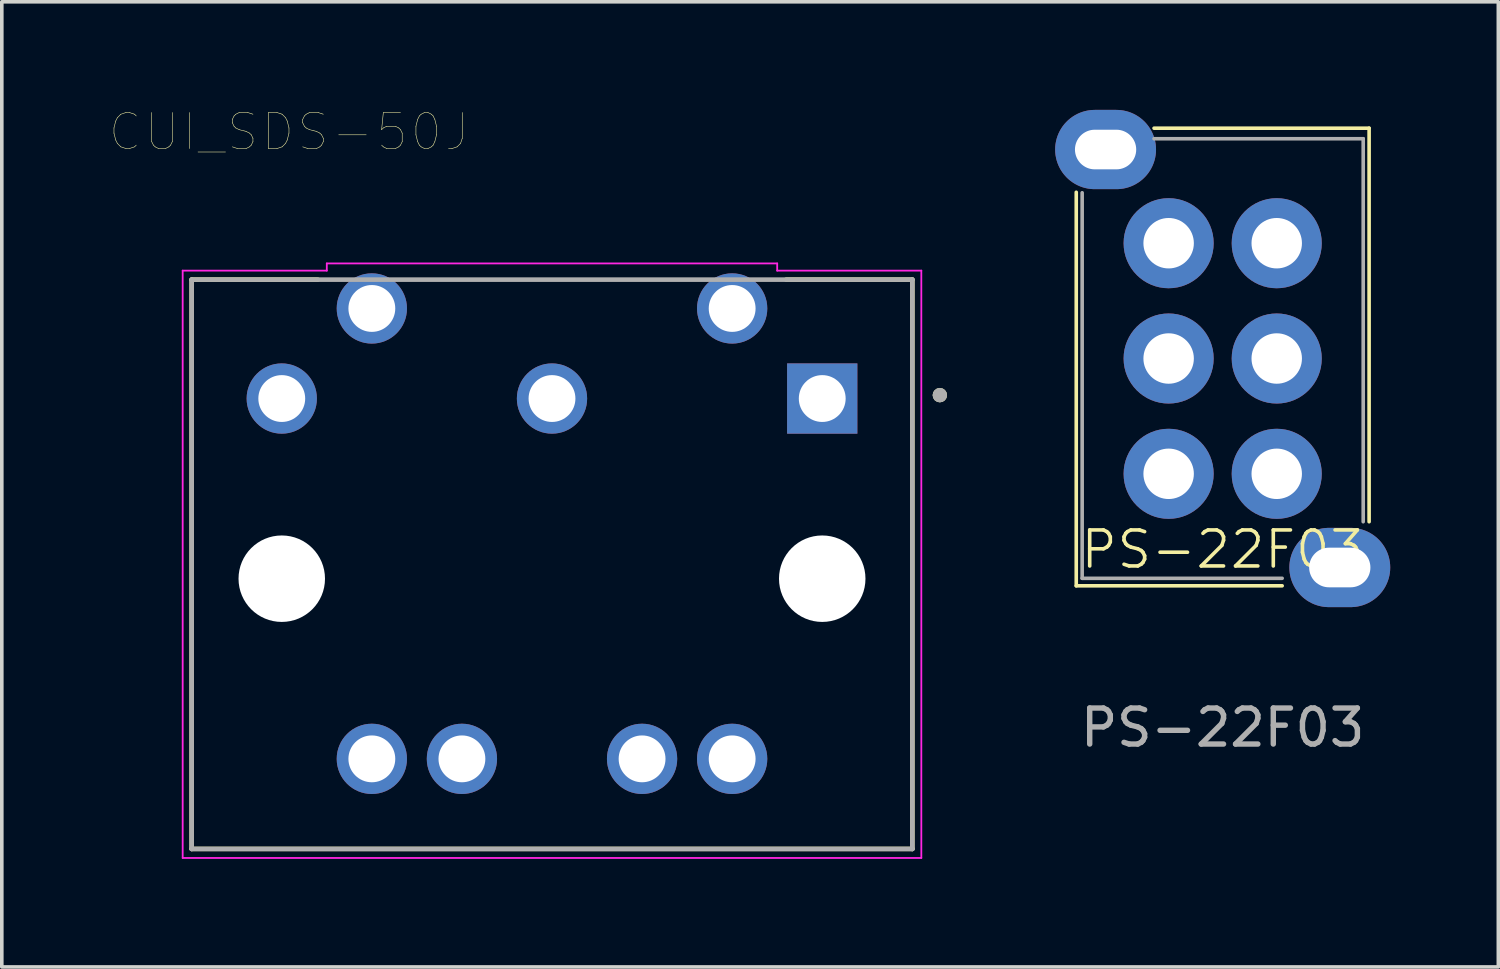
<source format=kicad_pcb>
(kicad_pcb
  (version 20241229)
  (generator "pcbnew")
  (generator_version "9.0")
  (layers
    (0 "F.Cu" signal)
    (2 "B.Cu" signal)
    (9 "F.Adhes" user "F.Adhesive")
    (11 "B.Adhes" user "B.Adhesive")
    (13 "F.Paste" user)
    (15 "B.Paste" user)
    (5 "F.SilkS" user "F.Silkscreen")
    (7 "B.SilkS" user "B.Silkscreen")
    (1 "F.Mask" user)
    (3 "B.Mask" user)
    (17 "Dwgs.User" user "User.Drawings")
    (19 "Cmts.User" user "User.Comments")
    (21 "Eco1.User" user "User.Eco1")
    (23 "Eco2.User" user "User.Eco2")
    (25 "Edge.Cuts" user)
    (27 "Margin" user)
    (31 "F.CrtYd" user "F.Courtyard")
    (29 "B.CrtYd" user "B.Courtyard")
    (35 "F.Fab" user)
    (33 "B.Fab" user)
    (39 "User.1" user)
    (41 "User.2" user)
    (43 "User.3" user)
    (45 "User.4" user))
  (footprint "PS-22F03"
    (layer "F.Cu")
    (at 30.884 12.7)
    (property "Reference" "PS-22F03" (at 0 -0.5 0) (unlocked yes) (layer "F.SilkS") (effects (font (size 1 1) (thickness 0.1))))
    (attr through_hole)
    (fp_line (start -4.064 0.508) (end -4.064 -10.414) (stroke (width 0.1) (type default)) (layer "F.SilkS"))
    (fp_line (start -1.905 -12.192) (end 4.064 -12.192) (stroke (width 0.1) (type default)) (layer "F.SilkS"))
    (fp_line (start 1.651 0.508) (end -4.064 0.508) (stroke (width 0.1) (type default)) (layer "F.SilkS"))
    (fp_line (start 4.064 -12.192) (end 4.064 -1.27) (stroke (width 0.1) (type default)) (layer "F.SilkS"))
    (fp_line (start -3.9 0.3) (end -3.9 -10.4) (stroke (width 0.1) (type default)) (layer "F.Fab"))
    (fp_line (start -1.905 -11.9) (end 3.9 -11.9) (stroke (width 0.1) (type default)) (layer "F.Fab"))
    (fp_line (start 1.651 0.3) (end -3.9 0.3) (stroke (width 0.1) (type default)) (layer "F.Fab"))
    (fp_line (start 3.9 -11.9) (end 3.9 -1.27) (stroke (width 0.1) (type default)) (layer "F.Fab"))
    (fp_text user "${REFERENCE}" (at 0 4.445 0) (unlocked yes) (layer "F.Fab") (effects (font (size 1 1) (thickness 0.15))))
    (pad "1" thru_hole circle (at -1.5 -2.6) (size 2.5 2.5) (drill 1.4) (layers "*.Cu" "*.Mask"))
    (pad "2" thru_hole circle (at -1.5 -5.8) (size 2.5 2.5) (drill 1.4) (layers "*.Cu" "*.Mask"))
    (pad "3" thru_hole circle (at -1.5 -9) (size 2.5 2.5) (drill 1.4) (layers "*.Cu" "*.Mask"))
    (pad "4" thru_hole circle (at 1.5 -2.6) (size 2.5 2.5) (drill 1.4) (layers "*.Cu" "*.Mask"))
    (pad "5" thru_hole circle (at 1.5 -5.8) (size 2.5 2.5) (drill 1.4) (layers "*.Cu" "*.Mask"))
    (pad "6" thru_hole circle (at 1.5 -9) (size 2.5 2.5) (drill 1.4) (layers "*.Cu" "*.Mask"))
    (pad "S1" thru_hole oval (at 3.25 0) (size 2.8 2.2) (drill oval 1.7 1.1) (layers "*.Cu" "*.Mask"))
    (pad "S2" thru_hole oval (at -3.25 -11.6) (size 2.8 2.2) (drill oval 1.7 1.1) (layers "*.Cu" "*.Mask")))
  (footprint "CUI_SDS-50J"
    (layer "F.Cu")
    (at 12.27 13.011)
    (property "Reference" "CUI_SDS-50J" (at -7.3 -12.4 180) (layer "F.SilkS") (effects (font (size 1 1) (thickness 0.015))))
    (attr through_hole)
    (fp_line (start -10 -8.3) (end -6.5 -8.3) (stroke (width 0.127) (type solid)) (layer "F.SilkS"))
    (fp_line (start -10 7.5) (end -10 -8.3) (stroke (width 0.127) (type solid)) (layer "F.SilkS"))
    (fp_line (start -10 7.5) (end 10 7.5) (stroke (width 0.127) (type solid)) (layer "F.SilkS"))
    (fp_line (start 6.5 -8.3) (end 10 -8.3) (stroke (width 0.127) (type solid)) (layer "F.SilkS"))
    (fp_line (start 10 -8.3) (end 10 7.5) (stroke (width 0.127) (type solid)) (layer "F.SilkS"))
    (fp_circle (center 10.764 -5.094) (end 10.864 -5.094) (stroke (width 0.2) (type solid)) (fill no) (layer "F.SilkS"))
    (fp_line (start -10.25 -8.55) (end -6.25 -8.55) (stroke (width 0.05) (type solid)) (layer "F.CrtYd"))
    (fp_line (start -10.25 7.75) (end -10.25 -8.55) (stroke (width 0.05) (type solid)) (layer "F.CrtYd"))
    (fp_line (start -6.25 -8.75) (end 6.25 -8.75) (stroke (width 0.05) (type solid)) (layer "F.CrtYd"))
    (fp_line (start -6.25 -8.55) (end -6.25 -8.75) (stroke (width 0.05) (type solid)) (layer "F.CrtYd"))
    (fp_line (start 6.25 -8.75) (end 6.25 -8.55) (stroke (width 0.05) (type solid)) (layer "F.CrtYd"))
    (fp_line (start 6.25 -8.55) (end 10.25 -8.55) (stroke (width 0.05) (type solid)) (layer "F.CrtYd"))
    (fp_line (start 10.25 -8.55) (end 10.25 7.75) (stroke (width 0.05) (type solid)) (layer "F.CrtYd"))
    (fp_line (start 10.25 7.75) (end -10.25 7.75) (stroke (width 0.05) (type solid)) (layer "F.CrtYd"))
    (fp_line (start -10 -8.3) (end 10 -8.3) (stroke (width 0.127) (type solid)) (layer "F.Fab"))
    (fp_line (start -10 7.5) (end -10 -8.3) (stroke (width 0.127) (type solid)) (layer "F.Fab"))
    (fp_line (start 10 -8.3) (end 10 7.5) (stroke (width 0.127) (type solid)) (layer "F.Fab"))
    (fp_line (start 10 7.5) (end -10 7.5) (stroke (width 0.127) (type solid)) (layer "F.Fab"))
    (fp_circle (center 10.764 -5.094) (end 10.864 -5.094) (stroke (width 0.2) (type solid)) (fill no) (layer "F.Fab"))
    (pad "" np_thru_hole circle (at -7.5 0) (size 2.4 2.4) (drill 2.4) (layers "*.Cu" "*.Mask"))
    (pad "" np_thru_hole circle (at 7.5 0) (size 2.4 2.4) (drill 2.4) (layers "*.Cu" "*.Mask"))
    (pad "1" thru_hole rect (at 7.5 -5) (size 1.95 1.95) (drill 1.3) (layers "*.Cu" "*.Mask"))
    (pad "2" thru_hole circle (at 0 -5) (size 1.95 1.95) (drill 1.3) (layers "*.Cu" "*.Mask"))
    (pad "3" thru_hole circle (at -7.5 -5) (size 1.95 1.95) (drill 1.3) (layers "*.Cu" "*.Mask"))
    (pad "4" thru_hole circle (at 5 -7.5) (size 1.95 1.95) (drill 1.3) (layers "*.Cu" "*.Mask"))
    (pad "5" thru_hole circle (at -5 -7.5) (size 1.95 1.95) (drill 1.3) (layers "*.Cu" "*.Mask"))
    (pad "SH" thru_hole circle (at -5 5) (size 1.95 1.95) (drill 1.3) (layers "*.Cu" "*.Mask"))
    (pad "SH" thru_hole circle (at -2.5 5) (size 1.95 1.95) (drill 1.3) (layers "*.Cu" "*.Mask"))
    (pad "SH" thru_hole circle (at 2.5 5) (size 1.95 1.95) (drill 1.3) (layers "*.Cu" "*.Mask"))
    (pad "SH" thru_hole circle (at 5 5) (size 1.95 1.95) (drill 1.3) (layers "*.Cu" "*.Mask")))
  (gr_rect
    (start -3 -3)
    (end 38.534 23.786)
    (stroke (width 0.1) (type default))
    (fill no)
    (layer "Edge.Cuts")))
</source>
